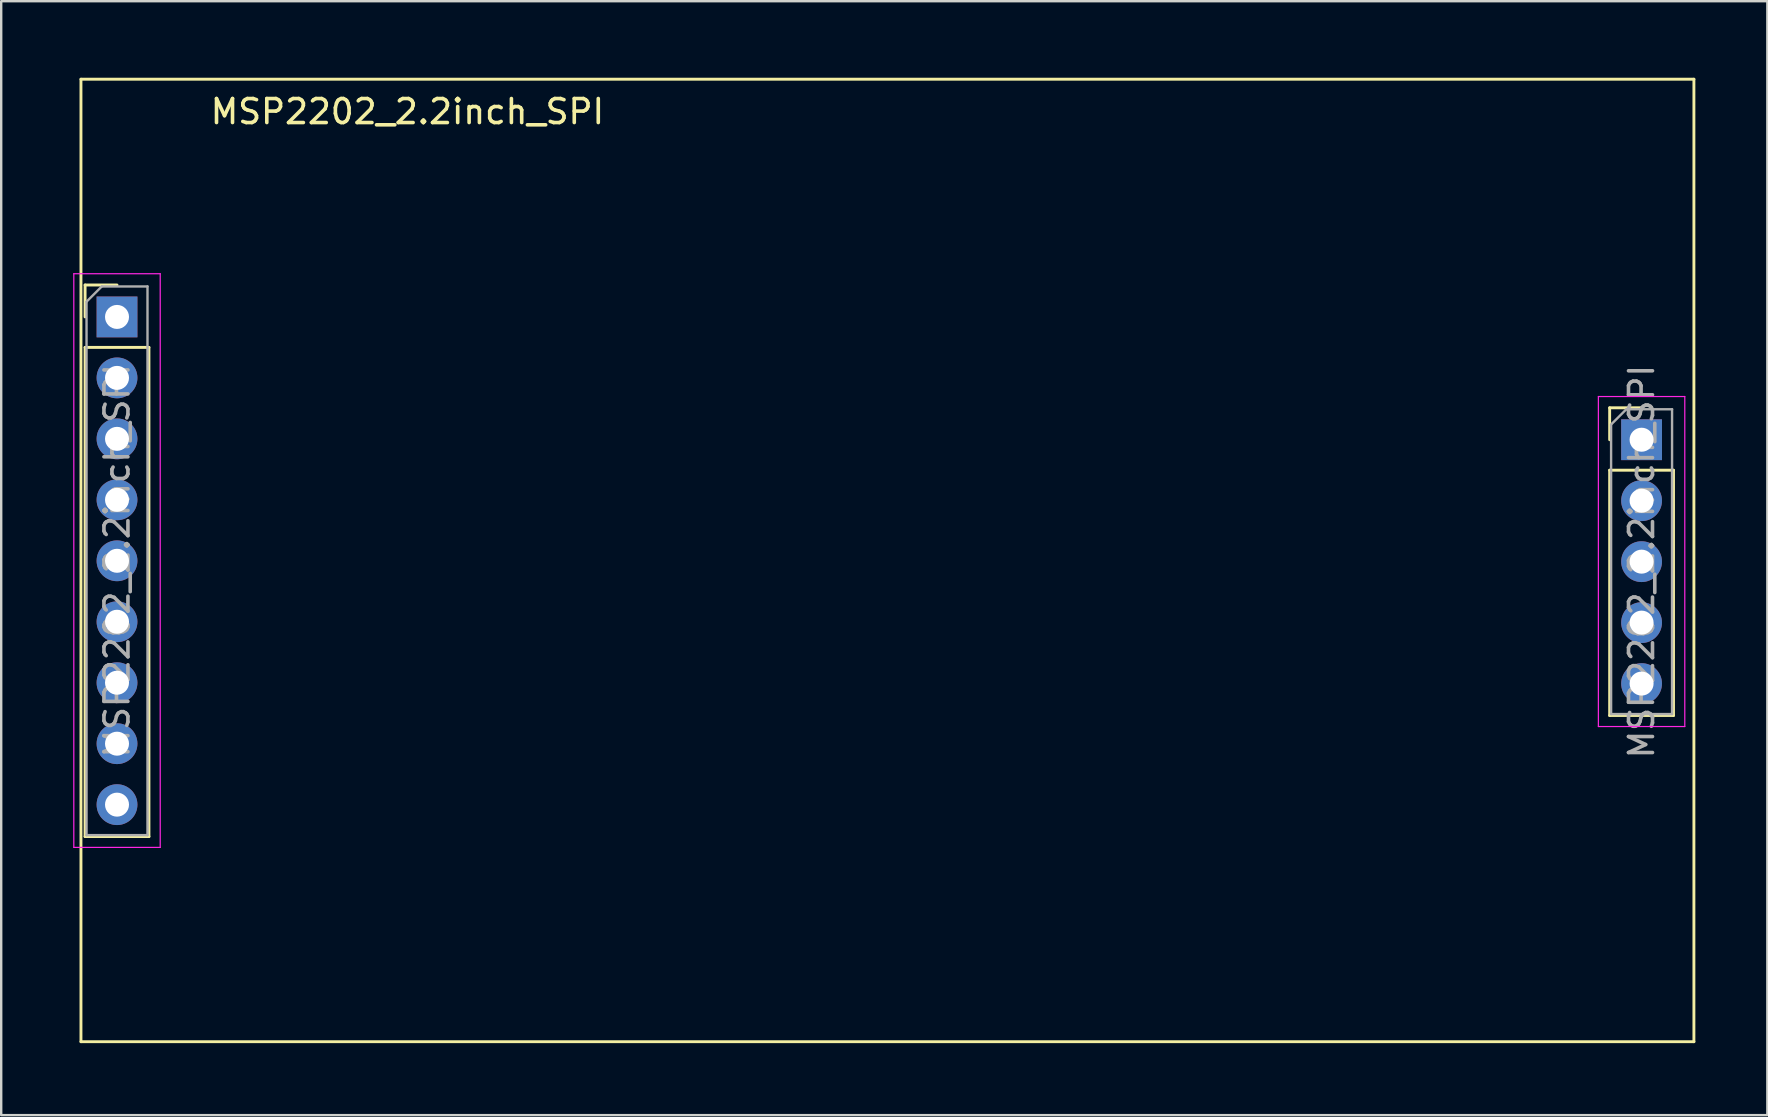
<source format=kicad_pcb>
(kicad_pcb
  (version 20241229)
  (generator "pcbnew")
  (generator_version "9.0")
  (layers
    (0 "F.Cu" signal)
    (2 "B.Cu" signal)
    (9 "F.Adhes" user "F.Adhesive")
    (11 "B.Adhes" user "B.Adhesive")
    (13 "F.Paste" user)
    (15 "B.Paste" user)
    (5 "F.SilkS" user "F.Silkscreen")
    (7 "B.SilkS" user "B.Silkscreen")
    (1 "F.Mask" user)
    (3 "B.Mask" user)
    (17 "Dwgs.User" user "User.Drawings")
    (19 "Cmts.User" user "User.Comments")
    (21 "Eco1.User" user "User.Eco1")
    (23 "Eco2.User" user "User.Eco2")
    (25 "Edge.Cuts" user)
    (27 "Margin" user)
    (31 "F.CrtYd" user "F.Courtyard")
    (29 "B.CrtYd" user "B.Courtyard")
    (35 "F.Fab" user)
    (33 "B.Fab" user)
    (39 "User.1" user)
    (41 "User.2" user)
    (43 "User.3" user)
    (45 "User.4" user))
  (footprint "MSP2202_2.2inch_SPI"
    (layer "F.Cu")
    (at 0.323 0.25)
    (property "Reference" "MSP2202_2.2inch_SPI" (at 13.6 1.35 0) (layer "F.SilkS") (effects (font (size 1 1) (thickness 0.15))))
    (attr through_hole)
    (fp_line (start 0 0) (end 0 40.1) (stroke (width 0.12) (type solid)) (layer "F.SilkS"))
    (fp_line (start 0 0) (end 67.2 0) (stroke (width 0.12) (type solid)) (layer "F.SilkS"))
    (fp_line (start 0 40.1) (end 67.2 40.1) (stroke (width 0.12) (type solid)) (layer "F.SilkS"))
    (fp_line (start 0.172 8.574) (end 1.502 8.574) (stroke (width 0.12) (type solid)) (layer "F.SilkS"))
    (fp_line (start 0.172 9.904) (end 0.172 8.574) (stroke (width 0.12) (type solid)) (layer "F.SilkS"))
    (fp_line (start 0.172 11.174) (end 0.172 31.554) (stroke (width 0.12) (type solid)) (layer "F.SilkS"))
    (fp_line (start 0.172 11.174) (end 2.832 11.174) (stroke (width 0.12) (type solid)) (layer "F.SilkS"))
    (fp_line (start 0.172 31.554) (end 2.832 31.554) (stroke (width 0.12) (type solid)) (layer "F.SilkS"))
    (fp_line (start 2.832 11.174) (end 2.832 31.554) (stroke (width 0.12) (type solid)) (layer "F.SilkS"))
    (fp_line (start 63.69 13.69) (end 65.02 13.69) (stroke (width 0.12) (type solid)) (layer "F.SilkS"))
    (fp_line (start 63.69 15.02) (end 63.69 13.69) (stroke (width 0.12) (type solid)) (layer "F.SilkS"))
    (fp_line (start 63.69 16.29) (end 63.69 26.51) (stroke (width 0.12) (type solid)) (layer "F.SilkS"))
    (fp_line (start 63.69 16.29) (end 66.35 16.29) (stroke (width 0.12) (type solid)) (layer "F.SilkS"))
    (fp_line (start 63.69 26.51) (end 66.35 26.51) (stroke (width 0.12) (type solid)) (layer "F.SilkS"))
    (fp_line (start 66.35 16.29) (end 66.35 26.51) (stroke (width 0.12) (type solid)) (layer "F.SilkS"))
    (fp_line (start 67.2 0) (end 67.2 40.1) (stroke (width 0.12) (type solid)) (layer "F.SilkS"))
    (fp_line (start -0.298 8.104) (end -0.298 32.004) (stroke (width 0.05) (type solid)) (layer "F.CrtYd"))
    (fp_line (start -0.298 32.004) (end 3.302 32.004) (stroke (width 0.05) (type solid)) (layer "F.CrtYd"))
    (fp_line (start 3.302 8.104) (end -0.298 8.104) (stroke (width 0.05) (type solid)) (layer "F.CrtYd"))
    (fp_line (start 3.302 32.004) (end 3.302 8.104) (stroke (width 0.05) (type solid)) (layer "F.CrtYd"))
    (fp_line (start 63.22 13.22) (end 63.22 26.97) (stroke (width 0.05) (type solid)) (layer "F.CrtYd"))
    (fp_line (start 63.22 26.97) (end 66.82 26.97) (stroke (width 0.05) (type solid)) (layer "F.CrtYd"))
    (fp_line (start 66.82 13.22) (end 63.22 13.22) (stroke (width 0.05) (type solid)) (layer "F.CrtYd"))
    (fp_line (start 66.82 26.97) (end 66.82 13.22) (stroke (width 0.05) (type solid)) (layer "F.CrtYd"))
    (fp_line (start 0.232 9.269) (end 0.867 8.634) (stroke (width 0.1) (type solid)) (layer "F.Fab"))
    (fp_line (start 0.232 31.494) (end 0.232 9.269) (stroke (width 0.1) (type solid)) (layer "F.Fab"))
    (fp_line (start 0.867 8.634) (end 2.772 8.634) (stroke (width 0.1) (type solid)) (layer "F.Fab"))
    (fp_line (start 2.772 8.634) (end 2.772 31.494) (stroke (width 0.1) (type solid)) (layer "F.Fab"))
    (fp_line (start 2.772 31.494) (end 0.232 31.494) (stroke (width 0.1) (type solid)) (layer "F.Fab"))
    (fp_line (start 63.75 14.385) (end 64.385 13.75) (stroke (width 0.1) (type solid)) (layer "F.Fab"))
    (fp_line (start 63.75 26.45) (end 63.75 14.385) (stroke (width 0.1) (type solid)) (layer "F.Fab"))
    (fp_line (start 64.385 13.75) (end 66.29 13.75) (stroke (width 0.1) (type solid)) (layer "F.Fab"))
    (fp_line (start 66.29 13.75) (end 66.29 26.45) (stroke (width 0.1) (type solid)) (layer "F.Fab"))
    (fp_line (start 66.29 26.45) (end 63.75 26.45) (stroke (width 0.1) (type solid)) (layer "F.Fab"))
    (fp_text user "${REFERENCE}" (at 1.502 20.064 90) (layer "F.Fab") (effects (font (size 1 1) (thickness 0.15))))
    (fp_text user "${REFERENCE}" (at 65.02 20.1 90) (layer "F.Fab") (effects (font (size 1 1) (thickness 0.15))))
    (pad "1" thru_hole rect (at 1.502 9.904) (size 1.7 1.7) (drill 1) (layers "*.Cu" "*.Mask"))
    (pad "2" thru_hole oval (at 1.502 12.444) (size 1.7 1.7) (drill 1) (layers "*.Cu" "*.Mask"))
    (pad "3" thru_hole oval (at 1.502 14.984) (size 1.7 1.7) (drill 1) (layers "*.Cu" "*.Mask"))
    (pad "4" thru_hole oval (at 1.502 17.524) (size 1.7 1.7) (drill 1) (layers "*.Cu" "*.Mask"))
    (pad "5" thru_hole oval (at 1.502 20.064) (size 1.7 1.7) (drill 1) (layers "*.Cu" "*.Mask"))
    (pad "6" thru_hole oval (at 1.502 22.604) (size 1.7 1.7) (drill 1) (layers "*.Cu" "*.Mask"))
    (pad "7" thru_hole oval (at 1.502 25.144) (size 1.7 1.7) (drill 1) (layers "*.Cu" "*.Mask"))
    (pad "8" thru_hole oval (at 1.502 27.684) (size 1.7 1.7) (drill 1) (layers "*.Cu" "*.Mask"))
    (pad "9" thru_hole oval (at 1.502 30.224) (size 1.7 1.7) (drill 1) (layers "*.Cu" "*.Mask"))
    (pad "10" thru_hole rect (at 65.02 15.02) (size 1.7 1.7) (drill 1) (layers "*.Cu" "*.Mask"))
    (pad "11" thru_hole oval (at 65.02 17.56) (size 1.7 1.7) (drill 1) (layers "*.Cu" "*.Mask"))
    (pad "12" thru_hole oval (at 65.02 20.1) (size 1.7 1.7) (drill 1) (layers "*.Cu" "*.Mask"))
    (pad "13" thru_hole oval (at 65.02 22.64) (size 1.7 1.7) (drill 1) (layers "*.Cu" "*.Mask"))
    (pad "14" thru_hole oval (at 65.02 25.18) (size 1.7 1.7) (drill 1) (layers "*.Cu" "*.Mask")))
  (gr_rect
    (start -3 -3)
    (end 70.583 43.41)
    (stroke (width 0.1) (type default))
    (fill no)
    (layer "Edge.Cuts")))
</source>
